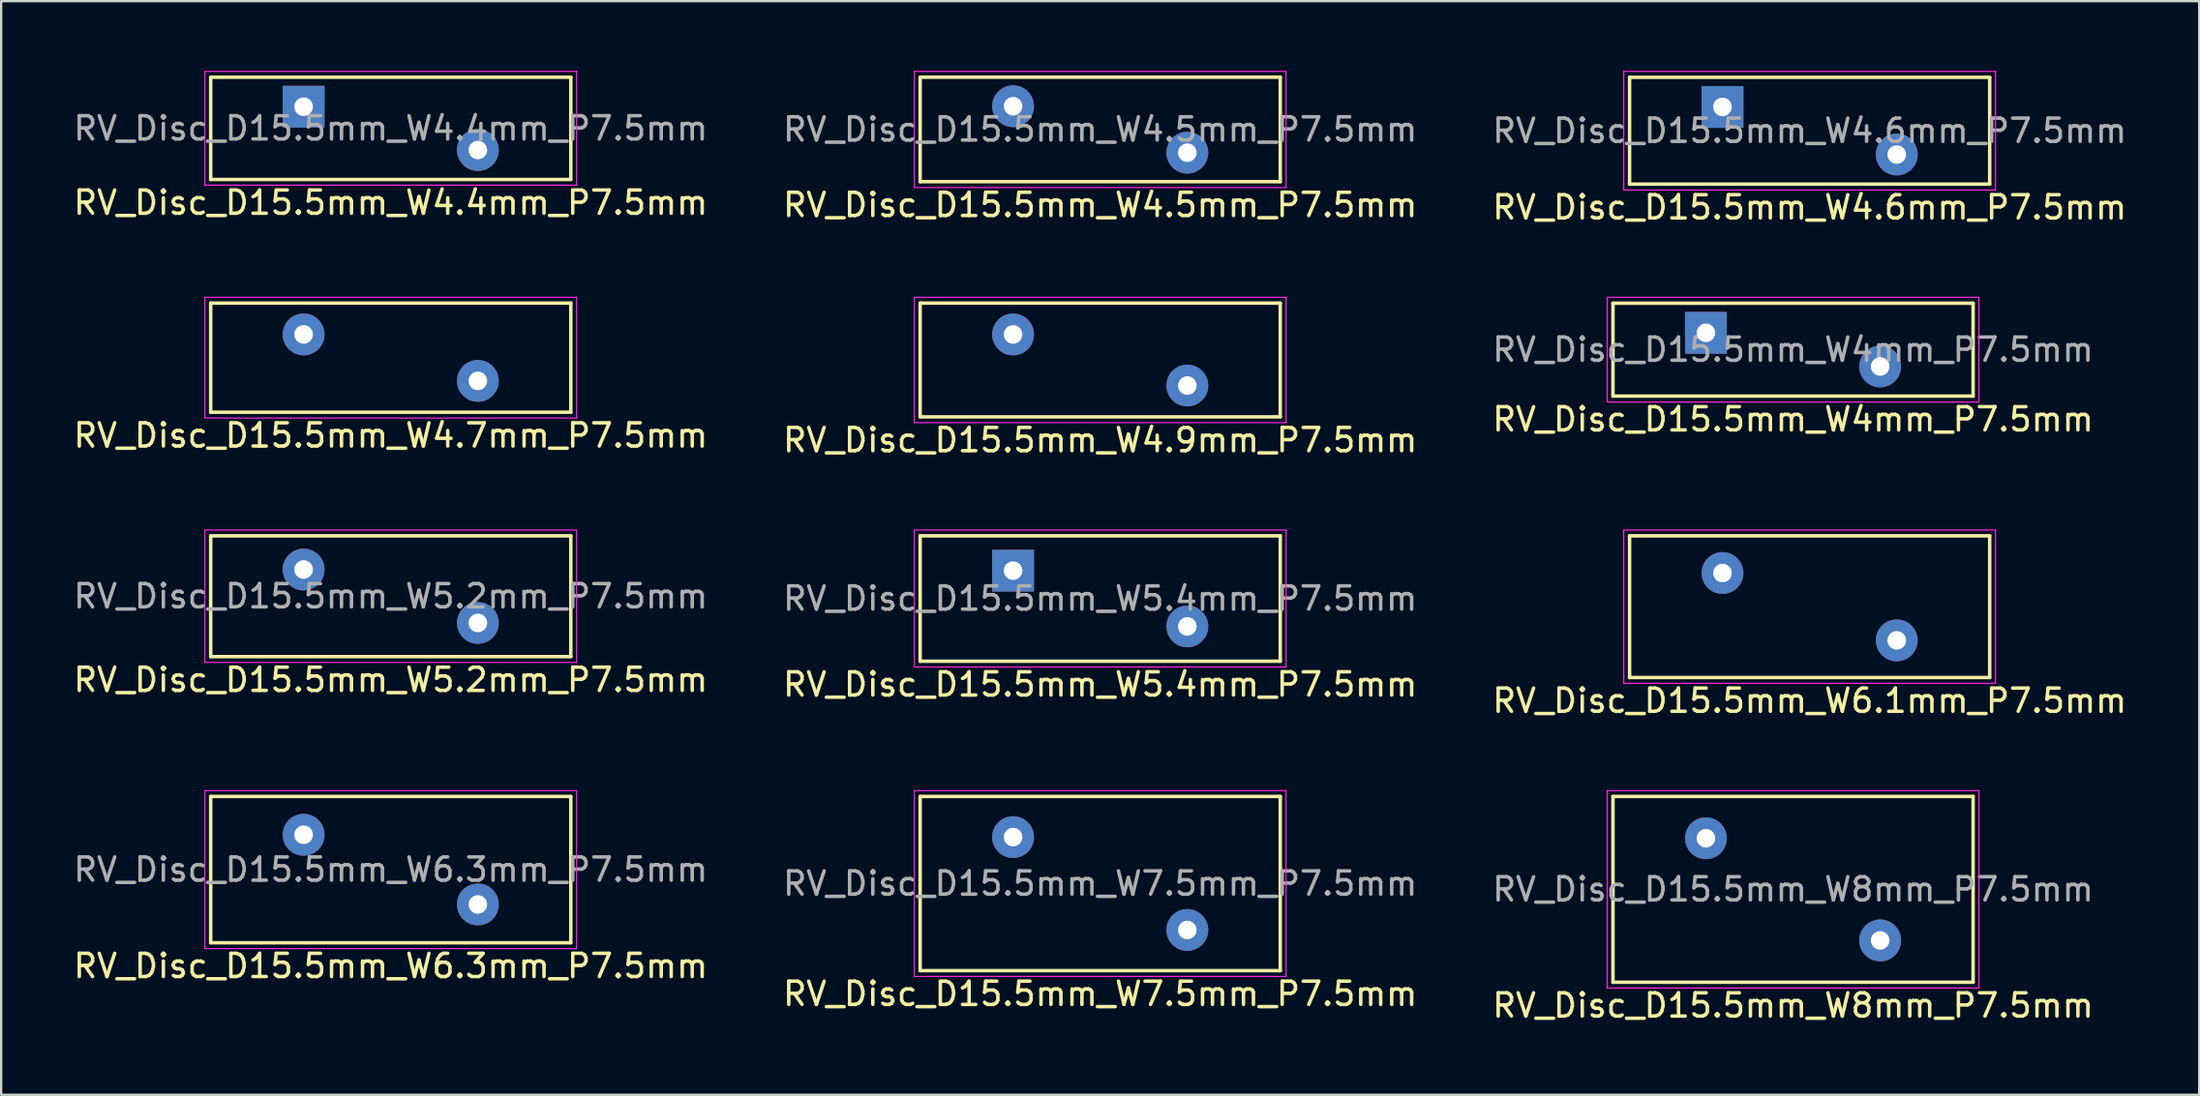
<source format=kicad_pcb>
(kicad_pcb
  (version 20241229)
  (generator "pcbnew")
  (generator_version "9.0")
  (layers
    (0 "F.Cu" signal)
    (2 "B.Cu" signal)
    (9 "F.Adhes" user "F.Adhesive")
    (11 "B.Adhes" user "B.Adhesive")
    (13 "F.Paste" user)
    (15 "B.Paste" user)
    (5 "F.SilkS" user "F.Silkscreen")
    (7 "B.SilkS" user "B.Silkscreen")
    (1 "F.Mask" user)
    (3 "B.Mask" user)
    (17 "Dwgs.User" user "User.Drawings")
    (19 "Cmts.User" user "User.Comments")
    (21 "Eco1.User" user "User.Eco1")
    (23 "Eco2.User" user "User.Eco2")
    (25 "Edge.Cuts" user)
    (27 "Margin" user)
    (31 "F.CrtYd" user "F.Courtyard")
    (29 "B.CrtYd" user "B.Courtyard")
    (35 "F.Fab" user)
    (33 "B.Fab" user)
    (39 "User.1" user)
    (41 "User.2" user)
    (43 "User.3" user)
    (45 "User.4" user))
  (footprint "RV_Disc_D15.5mm_W4mm_P7.5mm"
    (layer "F.Cu")
    (at 70.375 11.283)
    (property "Reference" "RV_Disc_D15.5mm_W4mm_P7.5mm" (at 3.75 3.725 0) (layer "F.SilkS") (effects (font (size 1 1) (thickness 0.15))))
    (attr through_hole)
    (fp_line (start -4 -1.275) (end -4 2.725) (stroke (width 0.15) (type solid)) (layer "F.SilkS"))
    (fp_line (start -4 -1.275) (end 11.5 -1.275) (stroke (width 0.15) (type solid)) (layer "F.SilkS"))
    (fp_line (start -4 2.725) (end 11.5 2.725) (stroke (width 0.15) (type solid)) (layer "F.SilkS"))
    (fp_line (start 11.5 -1.275) (end 11.5 2.725) (stroke (width 0.15) (type solid)) (layer "F.SilkS"))
    (fp_line (start -4.25 -1.53) (end -4.25 2.98) (stroke (width 0.05) (type solid)) (layer "F.CrtYd"))
    (fp_line (start -4.25 -1.53) (end 11.75 -1.53) (stroke (width 0.05) (type solid)) (layer "F.CrtYd"))
    (fp_line (start -4.25 2.98) (end 11.75 2.98) (stroke (width 0.05) (type solid)) (layer "F.CrtYd"))
    (fp_line (start 11.75 -1.53) (end 11.75 2.98) (stroke (width 0.05) (type solid)) (layer "F.CrtYd"))
    (fp_text user "${REFERENCE}" (at 3.75 0.725 0) (layer "F.Fab") (effects (font (size 1 1) (thickness 0.15))))
    (pad "1" thru_hole rect (at 0 0) (size 1.8 1.8) (drill 0.8) (layers "*.Cu" "*.Mask"))
    (pad "2" thru_hole circle (at 7.5 1.45) (size 1.8 1.8) (drill 0.8) (layers "*.Cu" "*.Mask")))
  (footprint "RV_Disc_D15.5mm_W4.9mm_P7.5mm"
    (layer "F.Cu")
    (at 40.554 11.353)
    (property "Reference" "RV_Disc_D15.5mm_W4.9mm_P7.5mm" (at 3.75 4.55 0) (layer "F.SilkS") (effects (font (size 1 1) (thickness 0.15))))
    (attr through_hole)
    (fp_line (start -4 -1.35) (end -4 3.55) (stroke (width 0.15) (type solid)) (layer "F.SilkS"))
    (fp_line (start -4 -1.35) (end 11.5 -1.35) (stroke (width 0.15) (type solid)) (layer "F.SilkS"))
    (fp_line (start -4 3.55) (end 11.5 3.55) (stroke (width 0.15) (type solid)) (layer "F.SilkS"))
    (fp_line (start 11.5 -1.35) (end 11.5 3.55) (stroke (width 0.15) (type solid)) (layer "F.SilkS"))
    (fp_line (start -4.25 -1.6) (end -4.25 3.8) (stroke (width 0.05) (type solid)) (layer "F.CrtYd"))
    (fp_line (start -4.25 -1.6) (end 11.75 -1.6) (stroke (width 0.05) (type solid)) (layer "F.CrtYd"))
    (fp_line (start -4.25 3.8) (end 11.75 3.8) (stroke (width 0.05) (type solid)) (layer "F.CrtYd"))
    (fp_line (start 11.75 -1.6) (end 11.75 3.8) (stroke (width 0.05) (type solid)) (layer "F.CrtYd"))
    (pad "1" thru_hole circle (at 0 0) (size 1.8 1.8) (drill 0.8) (layers "*.Cu" "*.Mask"))
    (pad "2" thru_hole circle (at 7.5 2.2) (size 1.8 1.8) (drill 0.8) (layers "*.Cu" "*.Mask")))
  (footprint "RV_Disc_D15.5mm_W6.1mm_P7.5mm"
    (layer "F.Cu")
    (at 71.089 21.627)
    (property "Reference" "RV_Disc_D15.5mm_W6.1mm_P7.5mm" (at 3.75 5.5 0) (layer "F.SilkS") (effects (font (size 1 1) (thickness 0.15))))
    (attr through_hole)
    (fp_line (start -4 -1.6) (end -4 4.5) (stroke (width 0.15) (type solid)) (layer "F.SilkS"))
    (fp_line (start -4 -1.6) (end 11.5 -1.6) (stroke (width 0.15) (type solid)) (layer "F.SilkS"))
    (fp_line (start -4 4.5) (end 11.5 4.5) (stroke (width 0.15) (type solid)) (layer "F.SilkS"))
    (fp_line (start 11.5 -1.6) (end 11.5 4.5) (stroke (width 0.15) (type solid)) (layer "F.SilkS"))
    (fp_line (start -4.25 -1.85) (end -4.25 4.75) (stroke (width 0.05) (type solid)) (layer "F.CrtYd"))
    (fp_line (start -4.25 -1.85) (end 11.75 -1.85) (stroke (width 0.05) (type solid)) (layer "F.CrtYd"))
    (fp_line (start -4.25 4.75) (end 11.75 4.75) (stroke (width 0.05) (type solid)) (layer "F.CrtYd"))
    (fp_line (start 11.75 -1.85) (end 11.75 4.75) (stroke (width 0.05) (type solid)) (layer "F.CrtYd"))
    (pad "1" thru_hole circle (at 0 0) (size 1.8 1.8) (drill 0.8) (layers "*.Cu" "*.Mask"))
    (pad "2" thru_hole circle (at 7.5 2.9) (size 1.8 1.8) (drill 0.8) (layers "*.Cu" "*.Mask")))
  (footprint "RV_Disc_D15.5mm_W4.7mm_P7.5mm"
    (layer "F.Cu")
    (at 10.018 11.353)
    (property "Reference" "RV_Disc_D15.5mm_W4.7mm_P7.5mm" (at 3.75 4.35 0) (layer "F.SilkS") (effects (font (size 1 1) (thickness 0.15))))
    (attr through_hole)
    (fp_line (start -4 -1.35) (end -4 3.35) (stroke (width 0.15) (type solid)) (layer "F.SilkS"))
    (fp_line (start -4 -1.35) (end 11.5 -1.35) (stroke (width 0.15) (type solid)) (layer "F.SilkS"))
    (fp_line (start -4 3.35) (end 11.5 3.35) (stroke (width 0.15) (type solid)) (layer "F.SilkS"))
    (fp_line (start 11.5 -1.35) (end 11.5 3.35) (stroke (width 0.15) (type solid)) (layer "F.SilkS"))
    (fp_line (start -4.25 -1.6) (end -4.25 3.6) (stroke (width 0.05) (type solid)) (layer "F.CrtYd"))
    (fp_line (start -4.25 -1.6) (end 11.75 -1.6) (stroke (width 0.05) (type solid)) (layer "F.CrtYd"))
    (fp_line (start -4.25 3.6) (end 11.75 3.6) (stroke (width 0.05) (type solid)) (layer "F.CrtYd"))
    (fp_line (start 11.75 -1.6) (end 11.75 3.6) (stroke (width 0.05) (type solid)) (layer "F.CrtYd"))
    (pad "1" thru_hole circle (at 0 0) (size 1.8 1.8) (drill 0.8) (layers "*.Cu" "*.Mask"))
    (pad "2" thru_hole circle (at 7.5 2) (size 1.8 1.8) (drill 0.8) (layers "*.Cu" "*.Mask")))
  (footprint "RV_Disc_D15.5mm_W4.4mm_P7.5mm"
    (layer "F.Cu")
    (at 10.018 1.545)
    (property "Reference" "RV_Disc_D15.5mm_W4.4mm_P7.5mm" (at 3.75 4.133 0) (layer "F.SilkS") (effects (font (size 1 1) (thickness 0.15))))
    (attr through_hole)
    (fp_line (start -4 -1.267) (end -4 3.133) (stroke (width 0.15) (type solid)) (layer "F.SilkS"))
    (fp_line (start -4 -1.267) (end 11.5 -1.267) (stroke (width 0.15) (type solid)) (layer "F.SilkS"))
    (fp_line (start -4 3.133) (end 11.5 3.133) (stroke (width 0.15) (type solid)) (layer "F.SilkS"))
    (fp_line (start 11.5 -1.267) (end 11.5 3.133) (stroke (width 0.15) (type solid)) (layer "F.SilkS"))
    (fp_line (start -4.25 -1.52) (end -4.25 3.38) (stroke (width 0.05) (type solid)) (layer "F.CrtYd"))
    (fp_line (start -4.25 -1.52) (end 11.75 -1.52) (stroke (width 0.05) (type solid)) (layer "F.CrtYd"))
    (fp_line (start -4.25 3.38) (end 11.75 3.38) (stroke (width 0.05) (type solid)) (layer "F.CrtYd"))
    (fp_line (start 11.75 -1.52) (end 11.75 3.38) (stroke (width 0.05) (type solid)) (layer "F.CrtYd"))
    (fp_text user "${REFERENCE}" (at 3.75 0.933 0) (layer "F.Fab") (effects (font (size 1 1) (thickness 0.15))))
    (pad "1" thru_hole rect (at 0 0) (size 1.8 1.8) (drill 0.8) (layers "*.Cu" "*.Mask"))
    (pad "2" thru_hole circle (at 7.5 1.867) (size 1.8 1.8) (drill 0.8) (layers "*.Cu" "*.Mask")))
  (footprint "RV_Disc_D15.5mm_W8mm_P7.5mm"
    (layer "F.Cu")
    (at 70.375 33.05)
    (property "Reference" "RV_Disc_D15.5mm_W8mm_P7.5mm" (at 3.75 7.2 0) (layer "F.SilkS") (effects (font (size 1 1) (thickness 0.15))))
    (attr through_hole)
    (fp_line (start -4 -1.8) (end -4 6.2) (stroke (width 0.15) (type solid)) (layer "F.SilkS"))
    (fp_line (start -4 -1.8) (end 11.5 -1.8) (stroke (width 0.15) (type solid)) (layer "F.SilkS"))
    (fp_line (start -4 6.2) (end 11.5 6.2) (stroke (width 0.15) (type solid)) (layer "F.SilkS"))
    (fp_line (start 11.5 -1.8) (end 11.5 6.2) (stroke (width 0.15) (type solid)) (layer "F.SilkS"))
    (fp_line (start -4.25 -2.05) (end -4.25 6.45) (stroke (width 0.05) (type solid)) (layer "F.CrtYd"))
    (fp_line (start -4.25 -2.05) (end 11.75 -2.05) (stroke (width 0.05) (type solid)) (layer "F.CrtYd"))
    (fp_line (start -4.25 6.45) (end 11.75 6.45) (stroke (width 0.05) (type solid)) (layer "F.CrtYd"))
    (fp_line (start 11.75 -2.05) (end 11.75 6.45) (stroke (width 0.05) (type solid)) (layer "F.CrtYd"))
    (fp_text user "${REFERENCE}" (at 3.75 2.2 0) (layer "F.Fab") (effects (font (size 1 1) (thickness 0.15))))
    (pad "1" thru_hole circle (at 0 0) (size 1.8 1.8) (drill 0.8) (layers "*.Cu" "*.Mask"))
    (pad "2" thru_hole circle (at 7.5 4.4) (size 1.8 1.8) (drill 0.8) (layers "*.Cu" "*.Mask")))
  (footprint "RV_Disc_D15.5mm_W6.3mm_P7.5mm"
    (layer "F.Cu")
    (at 10.018 32.9)
    (property "Reference" "RV_Disc_D15.5mm_W6.3mm_P7.5mm" (at 3.75 5.65 0) (layer "F.SilkS") (effects (font (size 1 1) (thickness 0.15))))
    (attr through_hole)
    (fp_line (start -4 -1.65) (end -4 4.65) (stroke (width 0.15) (type solid)) (layer "F.SilkS"))
    (fp_line (start -4 -1.65) (end 11.5 -1.65) (stroke (width 0.15) (type solid)) (layer "F.SilkS"))
    (fp_line (start -4 4.65) (end 11.5 4.65) (stroke (width 0.15) (type solid)) (layer "F.SilkS"))
    (fp_line (start 11.5 -1.65) (end 11.5 4.65) (stroke (width 0.15) (type solid)) (layer "F.SilkS"))
    (fp_line (start -4.25 -1.9) (end -4.25 4.9) (stroke (width 0.05) (type solid)) (layer "F.CrtYd"))
    (fp_line (start -4.25 -1.9) (end 11.75 -1.9) (stroke (width 0.05) (type solid)) (layer "F.CrtYd"))
    (fp_line (start -4.25 4.9) (end 11.75 4.9) (stroke (width 0.05) (type solid)) (layer "F.CrtYd"))
    (fp_line (start 11.75 -1.9) (end 11.75 4.9) (stroke (width 0.05) (type solid)) (layer "F.CrtYd"))
    (fp_text user "${REFERENCE}" (at 3.75 1.5 0) (layer "F.Fab") (effects (font (size 1 1) (thickness 0.15))))
    (pad "1" thru_hole circle (at 0 0) (size 1.8 1.8) (drill 0.8) (layers "*.Cu" "*.Mask"))
    (pad "2" thru_hole circle (at 7.5 3) (size 1.8 1.8) (drill 0.8) (layers "*.Cu" "*.Mask")))
  (footprint "RV_Disc_D15.5mm_W4.5mm_P7.5mm"
    (layer "F.Cu")
    (at 40.554 1.525)
    (property "Reference" "RV_Disc_D15.5mm_W4.5mm_P7.5mm" (at 3.75 4.25 0) (layer "F.SilkS") (effects (font (size 1 1) (thickness 0.15))))
    (attr through_hole)
    (fp_line (start -4 -1.25) (end -4 3.25) (stroke (width 0.15) (type solid)) (layer "F.SilkS"))
    (fp_line (start -4 -1.25) (end 11.5 -1.25) (stroke (width 0.15) (type solid)) (layer "F.SilkS"))
    (fp_line (start -4 3.25) (end 11.5 3.25) (stroke (width 0.15) (type solid)) (layer "F.SilkS"))
    (fp_line (start 11.5 -1.25) (end 11.5 3.25) (stroke (width 0.15) (type solid)) (layer "F.SilkS"))
    (fp_line (start -4.25 -1.5) (end -4.25 3.5) (stroke (width 0.05) (type solid)) (layer "F.CrtYd"))
    (fp_line (start -4.25 -1.5) (end 11.75 -1.5) (stroke (width 0.05) (type solid)) (layer "F.CrtYd"))
    (fp_line (start -4.25 3.5) (end 11.75 3.5) (stroke (width 0.05) (type solid)) (layer "F.CrtYd"))
    (fp_line (start 11.75 -1.5) (end 11.75 3.5) (stroke (width 0.05) (type solid)) (layer "F.CrtYd"))
    (fp_text user "${REFERENCE}" (at 3.75 1 0) (layer "F.Fab") (effects (font (size 1 1) (thickness 0.15))))
    (pad "1" thru_hole circle (at 0 0) (size 1.8 1.8) (drill 0.8) (layers "*.Cu" "*.Mask"))
    (pad "2" thru_hole circle (at 7.5 2) (size 1.8 1.8) (drill 0.8) (layers "*.Cu" "*.Mask")))
  (footprint "RV_Disc_D15.5mm_W7.5mm_P7.5mm"
    (layer "F.Cu")
    (at 40.554 33)
    (property "Reference" "RV_Disc_D15.5mm_W7.5mm_P7.5mm" (at 3.75 6.75 0) (layer "F.SilkS") (effects (font (size 1 1) (thickness 0.15))))
    (attr through_hole)
    (fp_line (start -4 -1.75) (end -4 5.75) (stroke (width 0.15) (type solid)) (layer "F.SilkS"))
    (fp_line (start -4 -1.75) (end 11.5 -1.75) (stroke (width 0.15) (type solid)) (layer "F.SilkS"))
    (fp_line (start -4 5.75) (end 11.5 5.75) (stroke (width 0.15) (type solid)) (layer "F.SilkS"))
    (fp_line (start 11.5 -1.75) (end 11.5 5.75) (stroke (width 0.15) (type solid)) (layer "F.SilkS"))
    (fp_line (start -4.25 -2) (end -4.25 6) (stroke (width 0.05) (type solid)) (layer "F.CrtYd"))
    (fp_line (start -4.25 -2) (end 11.75 -2) (stroke (width 0.05) (type solid)) (layer "F.CrtYd"))
    (fp_line (start -4.25 6) (end 11.75 6) (stroke (width 0.05) (type solid)) (layer "F.CrtYd"))
    (fp_line (start 11.75 -2) (end 11.75 6) (stroke (width 0.05) (type solid)) (layer "F.CrtYd"))
    (fp_text user "${REFERENCE}" (at 3.75 2 0) (layer "F.Fab") (effects (font (size 1 1) (thickness 0.15))))
    (pad "1" thru_hole circle (at 0 0) (size 1.8 1.8) (drill 0.8) (layers "*.Cu" "*.Mask"))
    (pad "2" thru_hole circle (at 7.5 4) (size 1.8 1.8) (drill 0.8) (layers "*.Cu" "*.Mask")))
  (footprint "RV_Disc_D15.5mm_W5.4mm_P7.5mm"
    (layer "F.Cu")
    (at 40.554 21.526)
    (property "Reference" "RV_Disc_D15.5mm_W5.4mm_P7.5mm" (at 3.75 4.9 0) (layer "F.SilkS") (effects (font (size 1 1) (thickness 0.15))))
    (attr through_hole)
    (fp_line (start -4 -1.5) (end -4 3.9) (stroke (width 0.15) (type solid)) (layer "F.SilkS"))
    (fp_line (start -4 -1.5) (end 11.5 -1.5) (stroke (width 0.15) (type solid)) (layer "F.SilkS"))
    (fp_line (start -4 3.9) (end 11.5 3.9) (stroke (width 0.15) (type solid)) (layer "F.SilkS"))
    (fp_line (start 11.5 -1.5) (end 11.5 3.9) (stroke (width 0.15) (type solid)) (layer "F.SilkS"))
    (fp_line (start -4.25 -1.75) (end -4.25 4.15) (stroke (width 0.05) (type solid)) (layer "F.CrtYd"))
    (fp_line (start -4.25 -1.75) (end 11.75 -1.75) (stroke (width 0.05) (type solid)) (layer "F.CrtYd"))
    (fp_line (start -4.25 4.15) (end 11.75 4.15) (stroke (width 0.05) (type solid)) (layer "F.CrtYd"))
    (fp_line (start 11.75 -1.75) (end 11.75 4.15) (stroke (width 0.05) (type solid)) (layer "F.CrtYd"))
    (fp_text user "${REFERENCE}" (at 3.75 1.2 0) (layer "F.Fab") (effects (font (size 1 1) (thickness 0.15))))
    (pad "1" thru_hole rect (at 0 0) (size 1.8 1.8) (drill 0.8) (layers "*.Cu" "*.Mask"))
    (pad "2" thru_hole circle (at 7.5 2.4) (size 1.8 1.8) (drill 0.8) (layers "*.Cu" "*.Mask")))
  (footprint "RV_Disc_D15.5mm_W4.6mm_P7.5mm"
    (layer "F.Cu")
    (at 71.089 1.555)
    (property "Reference" "RV_Disc_D15.5mm_W4.6mm_P7.5mm" (at 3.75 4.325 0) (layer "F.SilkS") (effects (font (size 1 1) (thickness 0.15))))
    (attr through_hole)
    (fp_line (start -4 -1.275) (end -4 3.325) (stroke (width 0.15) (type solid)) (layer "F.SilkS"))
    (fp_line (start -4 -1.275) (end 11.5 -1.275) (stroke (width 0.15) (type solid)) (layer "F.SilkS"))
    (fp_line (start -4 3.325) (end 11.5 3.325) (stroke (width 0.15) (type solid)) (layer "F.SilkS"))
    (fp_line (start 11.5 -1.275) (end 11.5 3.325) (stroke (width 0.15) (type solid)) (layer "F.SilkS"))
    (fp_line (start -4.25 -1.53) (end -4.25 3.58) (stroke (width 0.05) (type solid)) (layer "F.CrtYd"))
    (fp_line (start -4.25 -1.53) (end 11.75 -1.53) (stroke (width 0.05) (type solid)) (layer "F.CrtYd"))
    (fp_line (start -4.25 3.58) (end 11.75 3.58) (stroke (width 0.05) (type solid)) (layer "F.CrtYd"))
    (fp_line (start 11.75 -1.53) (end 11.75 3.58) (stroke (width 0.05) (type solid)) (layer "F.CrtYd"))
    (fp_text user "${REFERENCE}" (at 3.75 1.025 0) (layer "F.Fab") (effects (font (size 1 1) (thickness 0.15))))
    (pad "1" thru_hole rect (at 0 0) (size 1.8 1.8) (drill 0.8) (layers "*.Cu" "*.Mask"))
    (pad "2" thru_hole circle (at 7.5 2.05) (size 1.8 1.8) (drill 0.8) (layers "*.Cu" "*.Mask")))
  (footprint "RV_Disc_D15.5mm_W5.2mm_P7.5mm"
    (layer "F.Cu")
    (at 10.018 21.477)
    (property "Reference" "RV_Disc_D15.5mm_W5.2mm_P7.5mm" (at 3.75 4.75 0) (layer "F.SilkS") (effects (font (size 1 1) (thickness 0.15))))
    (attr through_hole)
    (fp_line (start -4 -1.45) (end -4 3.75) (stroke (width 0.15) (type solid)) (layer "F.SilkS"))
    (fp_line (start -4 -1.45) (end 11.5 -1.45) (stroke (width 0.15) (type solid)) (layer "F.SilkS"))
    (fp_line (start -4 3.75) (end 11.5 3.75) (stroke (width 0.15) (type solid)) (layer "F.SilkS"))
    (fp_line (start 11.5 -1.45) (end 11.5 3.75) (stroke (width 0.15) (type solid)) (layer "F.SilkS"))
    (fp_line (start -4.25 -1.7) (end -4.25 4) (stroke (width 0.05) (type solid)) (layer "F.CrtYd"))
    (fp_line (start -4.25 -1.7) (end 11.75 -1.7) (stroke (width 0.05) (type solid)) (layer "F.CrtYd"))
    (fp_line (start -4.25 4) (end 11.75 4) (stroke (width 0.05) (type solid)) (layer "F.CrtYd"))
    (fp_line (start 11.75 -1.7) (end 11.75 4) (stroke (width 0.05) (type solid)) (layer "F.CrtYd"))
    (fp_text user "${REFERENCE}" (at 3.75 1.15 0) (layer "F.Fab") (effects (font (size 1 1) (thickness 0.15))))
    (pad "1" thru_hole circle (at 0 0) (size 1.8 1.8) (drill 0.8) (layers "*.Cu" "*.Mask"))
    (pad "2" thru_hole circle (at 7.5 2.3) (size 1.8 1.8) (drill 0.8) (layers "*.Cu" "*.Mask")))
  (gr_rect
    (start -3 -3)
    (end 91.607 44.098)
    (stroke (width 0.1) (type default))
    (fill no)
    (layer "Edge.Cuts")))
</source>
